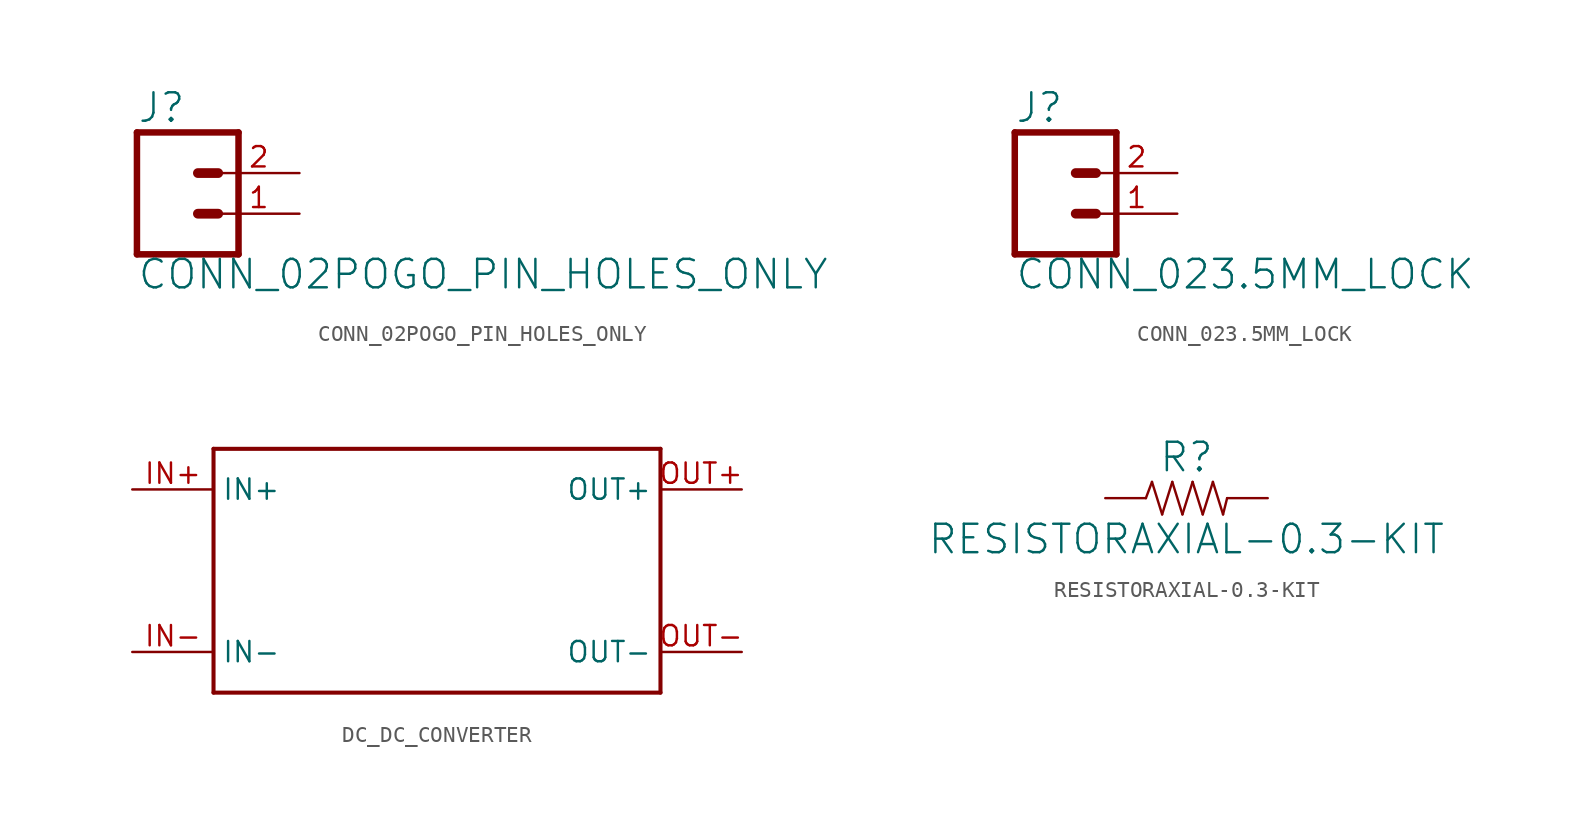
<source format=kicad_sym>
(kicad_symbol_lib
  (version 20211014)
  (generator kicad_symbol_editor)
  (symbol "CONN_02POGO_PIN_HOLES_ONLY"
    (property "Reference" "J"
      (at -2.54 5.588 0)
      (effects (font (size 1.778 1.778)) (justify left bottom)))
    (property "Value" "CONN_02POGO_PIN_HOLES_ONLY"
      (at -2.54 -4.826 0)
      (effects (font (size 1.778 1.778)) (justify left bottom)))
    (property "ki_locked" ""
      (at 0 0 0)
      (effects (font (size 1.27 1.27))))
    (symbol "CONN_02POGO_PIN_HOLES_ONLY_1_0"
      (polyline (pts (xy -2.54 5.08) (xy -2.54 -2.54)) (stroke (width 0.406) (type default) (color 0 0 0 0)) (fill (type none)))
      (polyline (pts (xy -2.54 5.08) (xy 3.81 5.08)) (stroke (width 0.406) (type default) (color 0 0 0 0)) (fill (type none)))
      (polyline (pts (xy 1.27 0) (xy 2.54 0)) (stroke (width 0.61) (type default) (color 0 0 0 0)) (fill (type none)))
      (polyline (pts (xy 1.27 2.54) (xy 2.54 2.54)) (stroke (width 0.61) (type default) (color 0 0 0 0)) (fill (type none)))
      (polyline (pts (xy 3.81 -2.54) (xy -2.54 -2.54)) (stroke (width 0.406) (type default) (color 0 0 0 0)) (fill (type none)))
      (polyline (pts (xy 3.81 -2.54) (xy 3.81 5.08)) (stroke (width 0.406) (type default) (color 0 0 0 0)) (fill (type none)))
      (pin passive line (at 7.62 0 180) (length 5.08) (name "1" (effects (font (size 0 0)))) (number "1" (effects (font (size 1.27 1.27)))))
      (pin passive line (at 7.62 2.54 180) (length 5.08) (name "2" (effects (font (size 0 0)))) (number "2" (effects (font (size 1.27 1.27)))))))
  (symbol "CONN_023.5MM_LOCK"
    (property "Reference" "J"
      (at -2.54 5.588 0)
      (effects (font (size 1.778 1.778)) (justify left bottom)))
    (property "Value" "CONN_023.5MM_LOCK"
      (at -2.54 -4.826 0)
      (effects (font (size 1.778 1.778)) (justify left bottom)))
    (property "ki_locked" ""
      (at 0 0 0)
      (effects (font (size 1.27 1.27))))
    (symbol "CONN_023.5MM_LOCK_1_0"
      (polyline (pts (xy -2.54 5.08) (xy -2.54 -2.54)) (stroke (width 0.406) (type default) (color 0 0 0 0)) (fill (type none)))
      (polyline (pts (xy -2.54 5.08) (xy 3.81 5.08)) (stroke (width 0.406) (type default) (color 0 0 0 0)) (fill (type none)))
      (polyline (pts (xy 1.27 0) (xy 2.54 0)) (stroke (width 0.61) (type default) (color 0 0 0 0)) (fill (type none)))
      (polyline (pts (xy 1.27 2.54) (xy 2.54 2.54)) (stroke (width 0.61) (type default) (color 0 0 0 0)) (fill (type none)))
      (polyline (pts (xy 3.81 -2.54) (xy -2.54 -2.54)) (stroke (width 0.406) (type default) (color 0 0 0 0)) (fill (type none)))
      (polyline (pts (xy 3.81 -2.54) (xy 3.81 5.08)) (stroke (width 0.406) (type default) (color 0 0 0 0)) (fill (type none)))
      (pin passive line (at 7.62 0 180) (length 5.08) (name "1" (effects (font (size 0 0)))) (number "1" (effects (font (size 1.27 1.27)))))
      (pin passive line (at 7.62 2.54 180) (length 5.08) (name "2" (effects (font (size 0 0)))) (number "2" (effects (font (size 1.27 1.27)))))))
  (symbol "DC_DC_CONVERTER"
    (property "Reference" ""
      (at 0 0 0)
      (effects (font (size 1.27 1.27)) hide))
    (property "ki_locked" ""
      (at 0 0 0)
      (effects (font (size 1.27 1.27))))
    (symbol "DC_DC_CONVERTER_1_0"
      (polyline (pts (xy -12.7 -7.62) (xy -12.7 7.62)) (stroke (width 0.254) (type default) (color 0 0 0 0)) (fill (type none)))
      (polyline (pts (xy -12.7 7.62) (xy 15.24 7.62)) (stroke (width 0.254) (type default) (color 0 0 0 0)) (fill (type none)))
      (polyline (pts (xy 15.24 -7.62) (xy -12.7 -7.62)) (stroke (width 0.254) (type default) (color 0 0 0 0)) (fill (type none)))
      (polyline (pts (xy 15.24 7.62) (xy 15.24 -7.62)) (stroke (width 0.254) (type default) (color 0 0 0 0)) (fill (type none)))
      (pin bidirectional line (at -17.78 5.08 0) (length 5.08) (name "IN+" (effects (font (size 1.27 1.27)))) (number "IN+" (effects (font (size 1.27 1.27)))))
      (pin bidirectional line (at -17.78 -5.08 0) (length 5.08) (name "IN-" (effects (font (size 1.27 1.27)))) (number "IN-" (effects (font (size 1.27 1.27)))))
      (pin bidirectional line (at 20.32 5.08 180) (length 5.08) (name "OUT+" (effects (font (size 1.27 1.27)))) (number "OUT+" (effects (font (size 1.27 1.27)))))
      (pin bidirectional line (at 20.32 -5.08 180) (length 5.08) (name "OUT-" (effects (font (size 1.27 1.27)))) (number "OUT-" (effects (font (size 1.27 1.27)))))))
  (symbol "RESISTORAXIAL-0.3-KIT"
    (property "Reference" "R"
      (at 0 1.524 0)
      (effects (font (size 1.778 1.778)) (justify bottom)))
    (property "Value" "RESISTORAXIAL-0.3-KIT"
      (at 0 -1.524 0)
      (effects (font (size 1.778 1.778)) (justify top)))
    (property "ki_locked" ""
      (at 0 0 0)
      (effects (font (size 1.27 1.27))))
    (symbol "RESISTORAXIAL-0.3-KIT_1_0"
      (polyline (pts (xy -2.54 0) (xy -2.159 1.016)) (stroke (width 0.152) (type default) (color 0 0 0 0)) (fill (type none)))
      (polyline (pts (xy -2.159 1.016) (xy -1.524 -1.016)) (stroke (width 0.152) (type default) (color 0 0 0 0)) (fill (type none)))
      (polyline (pts (xy -1.524 -1.016) (xy -0.889 1.016)) (stroke (width 0.152) (type default) (color 0 0 0 0)) (fill (type none)))
      (polyline (pts (xy -0.889 1.016) (xy -0.254 -1.016)) (stroke (width 0.152) (type default) (color 0 0 0 0)) (fill (type none)))
      (polyline (pts (xy -0.254 -1.016) (xy 0.381 1.016)) (stroke (width 0.152) (type default) (color 0 0 0 0)) (fill (type none)))
      (polyline (pts (xy 0.381 1.016) (xy 1.016 -1.016)) (stroke (width 0.152) (type default) (color 0 0 0 0)) (fill (type none)))
      (polyline (pts (xy 1.016 -1.016) (xy 1.651 1.016)) (stroke (width 0.152) (type default) (color 0 0 0 0)) (fill (type none)))
      (polyline (pts (xy 1.651 1.016) (xy 2.286 -1.016)) (stroke (width 0.152) (type default) (color 0 0 0 0)) (fill (type none)))
      (polyline (pts (xy 2.286 -1.016) (xy 2.54 0)) (stroke (width 0.152) (type default) (color 0 0 0 0)) (fill (type none)))
      (pin passive line (at -5.08 0 0) (length 2.54) (name "1" (effects (font (size 0 0)))) (number "P$1" (effects (font (size 0 0)))))
      (pin passive line (at 5.08 0 180) (length 2.54) (name "2" (effects (font (size 0 0)))) (number "P$2" (effects (font (size 0 0))))))))
</source>
